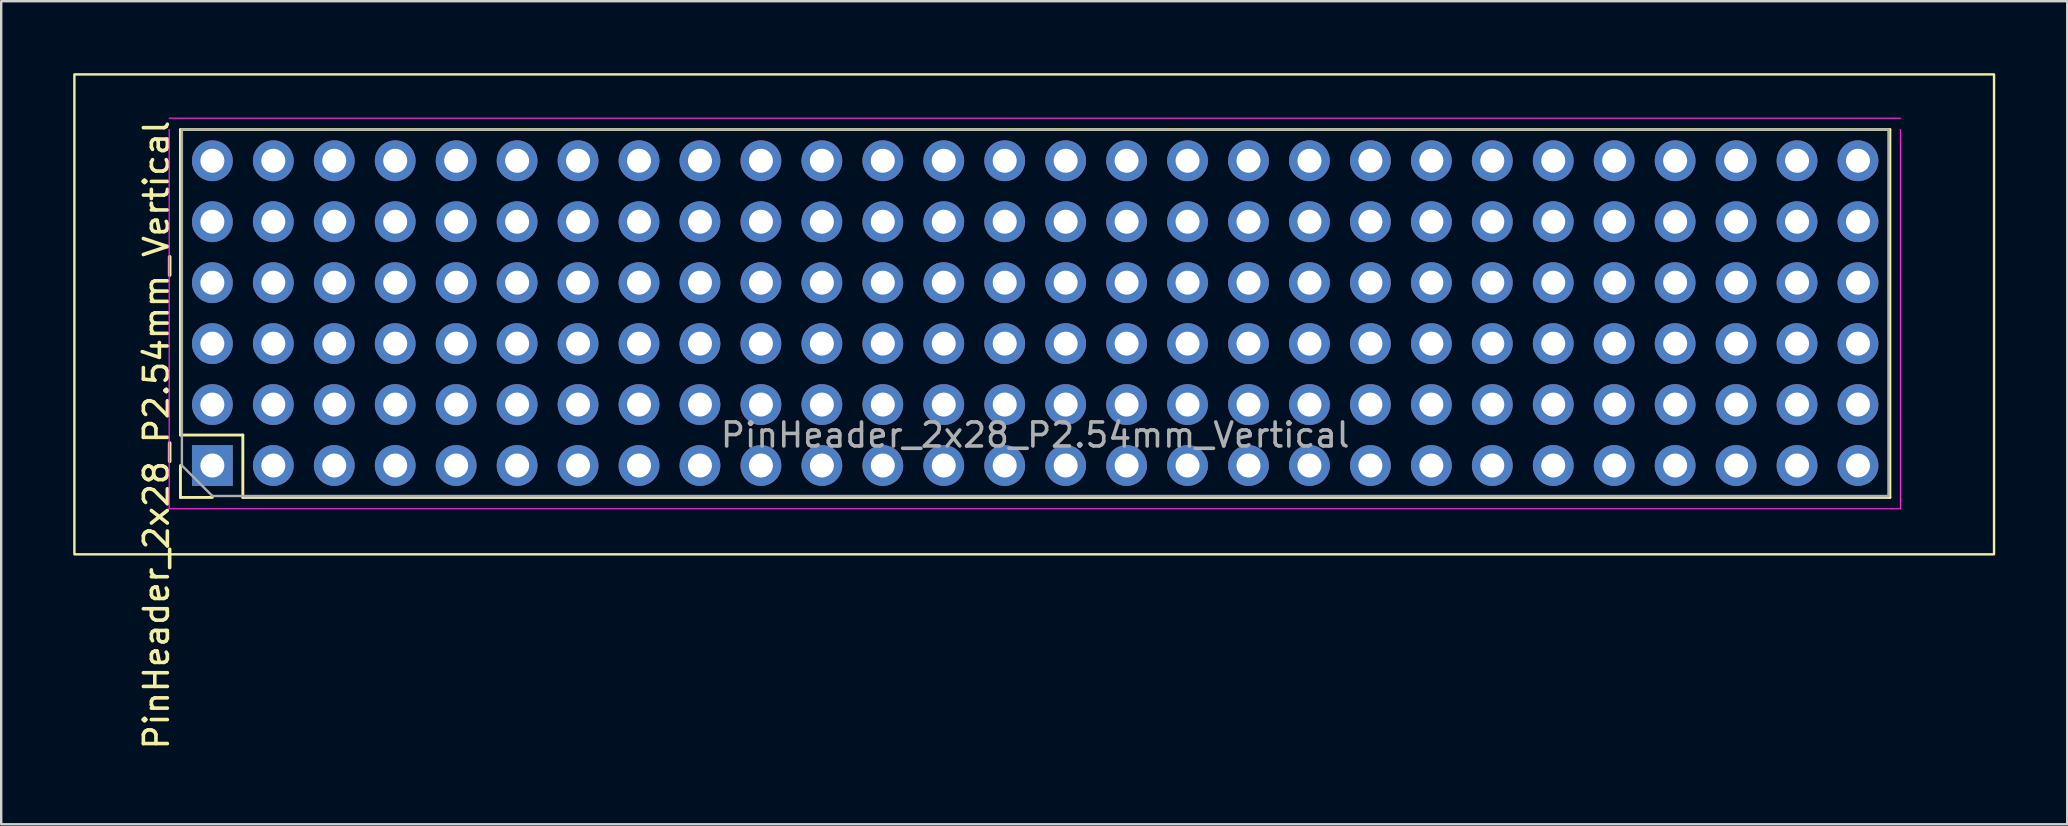
<source format=kicad_pcb>
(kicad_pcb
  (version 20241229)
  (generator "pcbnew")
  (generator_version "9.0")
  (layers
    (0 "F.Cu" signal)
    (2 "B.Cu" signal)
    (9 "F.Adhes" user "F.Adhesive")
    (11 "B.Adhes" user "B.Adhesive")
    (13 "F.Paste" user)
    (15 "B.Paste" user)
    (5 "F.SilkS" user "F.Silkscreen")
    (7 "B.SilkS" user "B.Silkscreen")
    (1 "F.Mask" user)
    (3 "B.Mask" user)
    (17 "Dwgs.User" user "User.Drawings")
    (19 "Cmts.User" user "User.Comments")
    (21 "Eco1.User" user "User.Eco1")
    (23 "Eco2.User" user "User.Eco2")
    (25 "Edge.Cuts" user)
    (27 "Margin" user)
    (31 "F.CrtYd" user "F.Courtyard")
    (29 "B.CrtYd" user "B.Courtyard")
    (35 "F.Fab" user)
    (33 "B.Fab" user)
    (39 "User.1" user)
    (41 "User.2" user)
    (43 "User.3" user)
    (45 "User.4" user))
  (footprint "PinHeader_2x28_P2.54mm_Vertical"
    (layer "F.Cu")
    (at 40.155 15.065)
    (property "Reference" "PinHeader_2x28_P2.54mm_Vertical" (at -36.685 0.015 90) (layer "F.SilkS") (effects (font (size 1 1) (thickness 0.15))))
    (attr through_hole)
    (fp_line (start -35.685 -12.715) (end 35.555 -12.715) (stroke (width 0.12) (type solid)) (layer "F.SilkS"))
    (fp_line (start -35.685 0.015) (end -35.685 -12.715) (stroke (width 0.12) (type solid)) (layer "F.SilkS"))
    (fp_line (start -35.685 2.615) (end -35.685 1.285) (stroke (width 0.12) (type solid)) (layer "F.SilkS"))
    (fp_line (start -34.355 2.615) (end -35.685 2.615) (stroke (width 0.12) (type solid)) (layer "F.SilkS"))
    (fp_line (start -33.085 0.015) (end -35.685 0.015) (stroke (width 0.12) (type solid)) (layer "F.SilkS"))
    (fp_line (start -33.085 2.615) (end -33.085 0.015) (stroke (width 0.12) (type solid)) (layer "F.SilkS"))
    (fp_line (start -33.085 2.615) (end 35.555 2.615) (stroke (width 0.12) (type solid)) (layer "F.SilkS"))
    (fp_line (start 35.555 2.615) (end 35.555 -12.715) (stroke (width 0.12) (type solid)) (layer "F.SilkS"))
    (fp_rect (start -40.105 -15.015) (end 39.895 4.985) (stroke (width 0.1) (type default)) (fill no) (layer "F.SilkS"))
    (fp_line (start -36.155 -12.715) (end -36.155 3.085) (stroke (width 0.05) (type solid)) (layer "F.CrtYd"))
    (fp_line (start -36.155 3.085) (end 35.995 3.085) (stroke (width 0.05) (type solid)) (layer "F.CrtYd"))
    (fp_line (start 35.995 -13.19) (end -36.155 -13.19) (stroke (width 0.05) (type solid)) (layer "F.CrtYd"))
    (fp_line (start 35.995 3.085) (end 35.995 -12.715) (stroke (width 0.05) (type solid)) (layer "F.CrtYd"))
    (fp_line (start -35.625 -12.715) (end 35.495 -12.715) (stroke (width 0.1) (type solid)) (layer "F.Fab"))
    (fp_line (start -35.625 1.285) (end -35.625 -12.715) (stroke (width 0.1) (type solid)) (layer "F.Fab"))
    (fp_line (start -34.355 2.555) (end -35.625 1.285) (stroke (width 0.1) (type solid)) (layer "F.Fab"))
    (fp_line (start 35.495 -12.715) (end 35.495 2.555) (stroke (width 0.1) (type solid)) (layer "F.Fab"))
    (fp_line (start 35.495 2.555) (end -34.355 2.555) (stroke (width 0.1) (type solid)) (layer "F.Fab"))
    (fp_text user "${REFERENCE}" (at -0.065 0.015 180) (layer "F.Fab") (effects (font (size 1 1) (thickness 0.15))))
    (pad "1" thru_hole rect (at -34.355 1.285 90) (size 1.7 1.7) (drill 1) (layers "*.Cu" "*.Mask"))
    (pad "2" thru_hole oval (at -34.355 -1.255 90) (size 1.7 1.7) (drill 1) (layers "*.Cu" "*.Mask"))
    (pad "3" thru_hole oval (at -34.355 -3.795 90) (size 1.7 1.7) (drill 1) (layers "*.Cu" "*.Mask"))
    (pad "4" thru_hole oval (at -34.355 -6.335 90) (size 1.7 1.7) (drill 1) (layers "*.Cu" "*.Mask"))
    (pad "5" thru_hole oval (at -34.355 -8.875 90) (size 1.7 1.7) (drill 1) (layers "*.Cu" "*.Mask"))
    (pad "6" thru_hole oval (at -34.355 -11.415 90) (size 1.7 1.7) (drill 1) (layers "*.Cu" "*.Mask"))
    (pad "7" thru_hole oval (at -31.815 1.285 90) (size 1.7 1.7) (drill 1) (layers "*.Cu" "*.Mask"))
    (pad "8" thru_hole oval (at -31.815 -1.255 90) (size 1.7 1.7) (drill 1) (layers "*.Cu" "*.Mask"))
    (pad "9" thru_hole oval (at -31.815 -3.795 90) (size 1.7 1.7) (drill 1) (layers "*.Cu" "*.Mask"))
    (pad "10" thru_hole oval (at -31.815 -6.335 90) (size 1.7 1.7) (drill 1) (layers "*.Cu" "*.Mask"))
    (pad "11" thru_hole oval (at -31.815 -8.875 90) (size 1.7 1.7) (drill 1) (layers "*.Cu" "*.Mask"))
    (pad "12" thru_hole oval (at -31.815 -11.415 90) (size 1.7 1.7) (drill 1) (layers "*.Cu" "*.Mask"))
    (pad "13" thru_hole oval (at -29.275 1.285 90) (size 1.7 1.7) (drill 1) (layers "*.Cu" "*.Mask"))
    (pad "14" thru_hole oval (at -29.275 -1.255 90) (size 1.7 1.7) (drill 1) (layers "*.Cu" "*.Mask"))
    (pad "15" thru_hole oval (at -29.275 -3.795 90) (size 1.7 1.7) (drill 1) (layers "*.Cu" "*.Mask"))
    (pad "16" thru_hole oval (at -29.275 -6.335 90) (size 1.7 1.7) (drill 1) (layers "*.Cu" "*.Mask"))
    (pad "17" thru_hole oval (at -29.275 -8.875 90) (size 1.7 1.7) (drill 1) (layers "*.Cu" "*.Mask"))
    (pad "18" thru_hole oval (at -29.275 -11.415 90) (size 1.7 1.7) (drill 1) (layers "*.Cu" "*.Mask"))
    (pad "19" thru_hole oval (at -26.735 1.285 90) (size 1.7 1.7) (drill 1) (layers "*.Cu" "*.Mask"))
    (pad "20" thru_hole oval (at -26.735 -1.255 90) (size 1.7 1.7) (drill 1) (layers "*.Cu" "*.Mask"))
    (pad "21" thru_hole oval (at -26.735 -3.795 90) (size 1.7 1.7) (drill 1) (layers "*.Cu" "*.Mask"))
    (pad "22" thru_hole oval (at -26.735 -6.335 90) (size 1.7 1.7) (drill 1) (layers "*.Cu" "*.Mask"))
    (pad "23" thru_hole oval (at -26.735 -8.875 90) (size 1.7 1.7) (drill 1) (layers "*.Cu" "*.Mask"))
    (pad "24" thru_hole oval (at -26.735 -11.415 90) (size 1.7 1.7) (drill 1) (layers "*.Cu" "*.Mask"))
    (pad "25" thru_hole oval (at -24.195 1.285 90) (size 1.7 1.7) (drill 1) (layers "*.Cu" "*.Mask"))
    (pad "26" thru_hole oval (at -24.195 -1.255 90) (size 1.7 1.7) (drill 1) (layers "*.Cu" "*.Mask"))
    (pad "27" thru_hole oval (at -24.195 -3.795 90) (size 1.7 1.7) (drill 1) (layers "*.Cu" "*.Mask"))
    (pad "28" thru_hole oval (at -24.195 -6.335 90) (size 1.7 1.7) (drill 1) (layers "*.Cu" "*.Mask"))
    (pad "29" thru_hole oval (at -24.195 -8.875 90) (size 1.7 1.7) (drill 1) (layers "*.Cu" "*.Mask"))
    (pad "30" thru_hole oval (at -24.195 -11.415 90) (size 1.7 1.7) (drill 1) (layers "*.Cu" "*.Mask"))
    (pad "31" thru_hole oval (at -21.655 1.285 90) (size 1.7 1.7) (drill 1) (layers "*.Cu" "*.Mask"))
    (pad "32" thru_hole oval (at -21.655 -1.255 90) (size 1.7 1.7) (drill 1) (layers "*.Cu" "*.Mask"))
    (pad "33" thru_hole oval (at -21.655 -3.795 90) (size 1.7 1.7) (drill 1) (layers "*.Cu" "*.Mask"))
    (pad "34" thru_hole oval (at -21.655 -6.335 90) (size 1.7 1.7) (drill 1) (layers "*.Cu" "*.Mask"))
    (pad "35" thru_hole oval (at -21.655 -8.875 90) (size 1.7 1.7) (drill 1) (layers "*.Cu" "*.Mask"))
    (pad "36" thru_hole oval (at -21.655 -11.415 90) (size 1.7 1.7) (drill 1) (layers "*.Cu" "*.Mask"))
    (pad "37" thru_hole oval (at -19.115 1.285 90) (size 1.7 1.7) (drill 1) (layers "*.Cu" "*.Mask"))
    (pad "38" thru_hole oval (at -19.115 -1.255 90) (size 1.7 1.7) (drill 1) (layers "*.Cu" "*.Mask"))
    (pad "39" thru_hole oval (at -19.115 -3.795 90) (size 1.7 1.7) (drill 1) (layers "*.Cu" "*.Mask"))
    (pad "40" thru_hole oval (at -19.115 -6.335 90) (size 1.7 1.7) (drill 1) (layers "*.Cu" "*.Mask"))
    (pad "41" thru_hole oval (at -19.115 -8.875 90) (size 1.7 1.7) (drill 1) (layers "*.Cu" "*.Mask"))
    (pad "42" thru_hole oval (at -19.115 -11.415 90) (size 1.7 1.7) (drill 1) (layers "*.Cu" "*.Mask"))
    (pad "43" thru_hole oval (at -16.575 1.285 90) (size 1.7 1.7) (drill 1) (layers "*.Cu" "*.Mask"))
    (pad "44" thru_hole oval (at -16.575 -1.255 90) (size 1.7 1.7) (drill 1) (layers "*.Cu" "*.Mask"))
    (pad "45" thru_hole oval (at -16.575 -3.795 90) (size 1.7 1.7) (drill 1) (layers "*.Cu" "*.Mask"))
    (pad "46" thru_hole oval (at -16.575 -6.335 90) (size 1.7 1.7) (drill 1) (layers "*.Cu" "*.Mask"))
    (pad "47" thru_hole oval (at -16.575 -8.875 90) (size 1.7 1.7) (drill 1) (layers "*.Cu" "*.Mask"))
    (pad "48" thru_hole oval (at -16.575 -11.415 90) (size 1.7 1.7) (drill 1) (layers "*.Cu" "*.Mask"))
    (pad "49" thru_hole oval (at -14.035 1.285 90) (size 1.7 1.7) (drill 1) (layers "*.Cu" "*.Mask"))
    (pad "50" thru_hole oval (at -14.035 -1.255 90) (size 1.7 1.7) (drill 1) (layers "*.Cu" "*.Mask"))
    (pad "51" thru_hole oval (at -14.035 -3.795 90) (size 1.7 1.7) (drill 1) (layers "*.Cu" "*.Mask"))
    (pad "52" thru_hole oval (at -14.035 -6.335 90) (size 1.7 1.7) (drill 1) (layers "*.Cu" "*.Mask"))
    (pad "53" thru_hole oval (at -14.035 -8.875 90) (size 1.7 1.7) (drill 1) (layers "*.Cu" "*.Mask"))
    (pad "54" thru_hole oval (at -14.035 -11.415 90) (size 1.7 1.7) (drill 1) (layers "*.Cu" "*.Mask"))
    (pad "55" thru_hole oval (at -11.495 1.285 90) (size 1.7 1.7) (drill 1) (layers "*.Cu" "*.Mask"))
    (pad "56" thru_hole oval (at -11.495 -1.255 90) (size 1.7 1.7) (drill 1) (layers "*.Cu" "*.Mask"))
    (pad "57" thru_hole oval (at -11.495 -3.795 90) (size 1.7 1.7) (drill 1) (layers "*.Cu" "*.Mask"))
    (pad "58" thru_hole oval (at -11.495 -6.335 90) (size 1.7 1.7) (drill 1) (layers "*.Cu" "*.Mask"))
    (pad "59" thru_hole oval (at -11.495 -8.875 90) (size 1.7 1.7) (drill 1) (layers "*.Cu" "*.Mask"))
    (pad "60" thru_hole oval (at -11.495 -11.415 90) (size 1.7 1.7) (drill 1) (layers "*.Cu" "*.Mask"))
    (pad "61" thru_hole oval (at -8.955 1.285 90) (size 1.7 1.7) (drill 1) (layers "*.Cu" "*.Mask"))
    (pad "62" thru_hole oval (at -8.955 -1.255 90) (size 1.7 1.7) (drill 1) (layers "*.Cu" "*.Mask"))
    (pad "63" thru_hole oval (at -8.955 -3.795 90) (size 1.7 1.7) (drill 1) (layers "*.Cu" "*.Mask"))
    (pad "64" thru_hole oval (at -8.955 -6.335 90) (size 1.7 1.7) (drill 1) (layers "*.Cu" "*.Mask"))
    (pad "65" thru_hole oval (at -8.955 -8.875 90) (size 1.7 1.7) (drill 1) (layers "*.Cu" "*.Mask"))
    (pad "66" thru_hole oval (at -8.955 -11.415 90) (size 1.7 1.7) (drill 1) (layers "*.Cu" "*.Mask"))
    (pad "67" thru_hole oval (at -6.415 1.285 90) (size 1.7 1.7) (drill 1) (layers "*.Cu" "*.Mask"))
    (pad "68" thru_hole oval (at -6.415 -1.255 90) (size 1.7 1.7) (drill 1) (layers "*.Cu" "*.Mask"))
    (pad "69" thru_hole oval (at -6.415 -3.795 90) (size 1.7 1.7) (drill 1) (layers "*.Cu" "*.Mask"))
    (pad "70" thru_hole oval (at -6.415 -6.335 90) (size 1.7 1.7) (drill 1) (layers "*.Cu" "*.Mask"))
    (pad "71" thru_hole oval (at -6.415 -8.875 90) (size 1.7 1.7) (drill 1) (layers "*.Cu" "*.Mask"))
    (pad "72" thru_hole oval (at -6.415 -11.415 90) (size 1.7 1.7) (drill 1) (layers "*.Cu" "*.Mask"))
    (pad "73" thru_hole oval (at -3.875 1.285 90) (size 1.7 1.7) (drill 1) (layers "*.Cu" "*.Mask"))
    (pad "74" thru_hole oval (at -3.875 -1.255 90) (size 1.7 1.7) (drill 1) (layers "*.Cu" "*.Mask"))
    (pad "75" thru_hole oval (at -3.875 -3.795 90) (size 1.7 1.7) (drill 1) (layers "*.Cu" "*.Mask"))
    (pad "76" thru_hole oval (at -3.875 -6.335 90) (size 1.7 1.7) (drill 1) (layers "*.Cu" "*.Mask"))
    (pad "77" thru_hole oval (at -3.875 -8.875 90) (size 1.7 1.7) (drill 1) (layers "*.Cu" "*.Mask"))
    (pad "78" thru_hole oval (at -3.875 -11.415 90) (size 1.7 1.7) (drill 1) (layers "*.Cu" "*.Mask"))
    (pad "79" thru_hole oval (at -1.335 1.285 90) (size 1.7 1.7) (drill 1) (layers "*.Cu" "*.Mask"))
    (pad "80" thru_hole oval (at -1.335 -1.255 90) (size 1.7 1.7) (drill 1) (layers "*.Cu" "*.Mask"))
    (pad "81" thru_hole oval (at -1.335 -3.795 90) (size 1.7 1.7) (drill 1) (layers "*.Cu" "*.Mask"))
    (pad "82" thru_hole oval (at -1.335 -6.335 90) (size 1.7 1.7) (drill 1) (layers "*.Cu" "*.Mask"))
    (pad "83" thru_hole oval (at -1.335 -8.875 90) (size 1.7 1.7) (drill 1) (layers "*.Cu" "*.Mask"))
    (pad "84" thru_hole oval (at -1.335 -11.415 90) (size 1.7 1.7) (drill 1) (layers "*.Cu" "*.Mask"))
    (pad "85" thru_hole oval (at 1.205 1.285 90) (size 1.7 1.7) (drill 1) (layers "*.Cu" "*.Mask"))
    (pad "86" thru_hole oval (at 1.205 -1.255 90) (size 1.7 1.7) (drill 1) (layers "*.Cu" "*.Mask"))
    (pad "87" thru_hole oval (at 1.205 -3.795 90) (size 1.7 1.7) (drill 1) (layers "*.Cu" "*.Mask"))
    (pad "88" thru_hole oval (at 1.205 -6.335 90) (size 1.7 1.7) (drill 1) (layers "*.Cu" "*.Mask"))
    (pad "89" thru_hole oval (at 1.205 -8.875 90) (size 1.7 1.7) (drill 1) (layers "*.Cu" "*.Mask"))
    (pad "90" thru_hole oval (at 1.205 -11.415 90) (size 1.7 1.7) (drill 1) (layers "*.Cu" "*.Mask"))
    (pad "91" thru_hole oval (at 3.745 1.285 90) (size 1.7 1.7) (drill 1) (layers "*.Cu" "*.Mask"))
    (pad "92" thru_hole oval (at 3.745 -1.255 90) (size 1.7 1.7) (drill 1) (layers "*.Cu" "*.Mask"))
    (pad "93" thru_hole oval (at 3.745 -3.795 90) (size 1.7 1.7) (drill 1) (layers "*.Cu" "*.Mask"))
    (pad "94" thru_hole oval (at 3.745 -6.335 90) (size 1.7 1.7) (drill 1) (layers "*.Cu" "*.Mask"))
    (pad "95" thru_hole oval (at 3.745 -8.875 90) (size 1.7 1.7) (drill 1) (layers "*.Cu" "*.Mask"))
    (pad "96" thru_hole oval (at 3.745 -11.415 90) (size 1.7 1.7) (drill 1) (layers "*.Cu" "*.Mask"))
    (pad "97" thru_hole oval (at 6.285 1.285 90) (size 1.7 1.7) (drill 1) (layers "*.Cu" "*.Mask"))
    (pad "98" thru_hole oval (at 6.285 -1.255 90) (size 1.7 1.7) (drill 1) (layers "*.Cu" "*.Mask"))
    (pad "99" thru_hole oval (at 6.285 -3.795 90) (size 1.7 1.7) (drill 1) (layers "*.Cu" "*.Mask"))
    (pad "100" thru_hole oval (at 6.285 -6.335 90) (size 1.7 1.7) (drill 1) (layers "*.Cu" "*.Mask"))
    (pad "101" thru_hole oval (at 6.285 -8.875 90) (size 1.7 1.7) (drill 1) (layers "*.Cu" "*.Mask"))
    (pad "102" thru_hole oval (at 6.285 -11.415 90) (size 1.7 1.7) (drill 1) (layers "*.Cu" "*.Mask"))
    (pad "103" thru_hole oval (at 8.825 1.285 90) (size 1.7 1.7) (drill 1) (layers "*.Cu" "*.Mask"))
    (pad "104" thru_hole oval (at 8.825 -1.255 90) (size 1.7 1.7) (drill 1) (layers "*.Cu" "*.Mask"))
    (pad "105" thru_hole oval (at 8.825 -3.795 90) (size 1.7 1.7) (drill 1) (layers "*.Cu" "*.Mask"))
    (pad "106" thru_hole oval (at 8.825 -6.335 90) (size 1.7 1.7) (drill 1) (layers "*.Cu" "*.Mask"))
    (pad "107" thru_hole oval (at 8.825 -8.875 90) (size 1.7 1.7) (drill 1) (layers "*.Cu" "*.Mask"))
    (pad "108" thru_hole oval (at 8.825 -11.415 90) (size 1.7 1.7) (drill 1) (layers "*.Cu" "*.Mask"))
    (pad "109" thru_hole oval (at 11.365 1.285 90) (size 1.7 1.7) (drill 1) (layers "*.Cu" "*.Mask"))
    (pad "110" thru_hole oval (at 11.365 -1.255 90) (size 1.7 1.7) (drill 1) (layers "*.Cu" "*.Mask"))
    (pad "111" thru_hole oval (at 11.365 -3.795 90) (size 1.7 1.7) (drill 1) (layers "*.Cu" "*.Mask"))
    (pad "112" thru_hole oval (at 11.365 -6.335 90) (size 1.7 1.7) (drill 1) (layers "*.Cu" "*.Mask"))
    (pad "113" thru_hole oval (at 11.365 -8.875 90) (size 1.7 1.7) (drill 1) (layers "*.Cu" "*.Mask"))
    (pad "114" thru_hole oval (at 11.365 -11.415 90) (size 1.7 1.7) (drill 1) (layers "*.Cu" "*.Mask"))
    (pad "115" thru_hole oval (at 13.905 1.285 90) (size 1.7 1.7) (drill 1) (layers "*.Cu" "*.Mask"))
    (pad "116" thru_hole oval (at 13.905 -1.255 90) (size 1.7 1.7) (drill 1) (layers "*.Cu" "*.Mask"))
    (pad "117" thru_hole oval (at 13.905 -3.795 90) (size 1.7 1.7) (drill 1) (layers "*.Cu" "*.Mask"))
    (pad "118" thru_hole oval (at 13.905 -6.335 90) (size 1.7 1.7) (drill 1) (layers "*.Cu" "*.Mask"))
    (pad "119" thru_hole oval (at 13.905 -8.875 90) (size 1.7 1.7) (drill 1) (layers "*.Cu" "*.Mask"))
    (pad "120" thru_hole oval (at 13.905 -11.415 90) (size 1.7 1.7) (drill 1) (layers "*.Cu" "*.Mask"))
    (pad "121" thru_hole oval (at 16.445 1.285 90) (size 1.7 1.7) (drill 1) (layers "*.Cu" "*.Mask"))
    (pad "122" thru_hole oval (at 16.445 -1.255 90) (size 1.7 1.7) (drill 1) (layers "*.Cu" "*.Mask"))
    (pad "123" thru_hole oval (at 16.445 -3.795 90) (size 1.7 1.7) (drill 1) (layers "*.Cu" "*.Mask"))
    (pad "124" thru_hole oval (at 16.445 -6.335 90) (size 1.7 1.7) (drill 1) (layers "*.Cu" "*.Mask"))
    (pad "125" thru_hole oval (at 16.445 -8.875 90) (size 1.7 1.7) (drill 1) (layers "*.Cu" "*.Mask"))
    (pad "126" thru_hole oval (at 16.445 -11.415 90) (size 1.7 1.7) (drill 1) (layers "*.Cu" "*.Mask"))
    (pad "127" thru_hole oval (at 18.985 1.285 90) (size 1.7 1.7) (drill 1) (layers "*.Cu" "*.Mask"))
    (pad "128" thru_hole oval (at 18.985 -1.255 90) (size 1.7 1.7) (drill 1) (layers "*.Cu" "*.Mask"))
    (pad "129" thru_hole oval (at 18.985 -3.795 90) (size 1.7 1.7) (drill 1) (layers "*.Cu" "*.Mask"))
    (pad "130" thru_hole oval (at 18.985 -6.335 90) (size 1.7 1.7) (drill 1) (layers "*.Cu" "*.Mask"))
    (pad "131" thru_hole oval (at 18.985 -8.875 90) (size 1.7 1.7) (drill 1) (layers "*.Cu" "*.Mask"))
    (pad "132" thru_hole oval (at 18.985 -11.415 90) (size 1.7 1.7) (drill 1) (layers "*.Cu" "*.Mask"))
    (pad "133" thru_hole oval (at 21.525 1.285 90) (size 1.7 1.7) (drill 1) (layers "*.Cu" "*.Mask"))
    (pad "134" thru_hole oval (at 21.525 -1.255 90) (size 1.7 1.7) (drill 1) (layers "*.Cu" "*.Mask"))
    (pad "135" thru_hole oval (at 21.525 -3.795 90) (size 1.7 1.7) (drill 1) (layers "*.Cu" "*.Mask"))
    (pad "136" thru_hole oval (at 21.525 -6.335 90) (size 1.7 1.7) (drill 1) (layers "*.Cu" "*.Mask"))
    (pad "137" thru_hole oval (at 21.525 -8.875 90) (size 1.7 1.7) (drill 1) (layers "*.Cu" "*.Mask"))
    (pad "138" thru_hole oval (at 21.525 -11.415 90) (size 1.7 1.7) (drill 1) (layers "*.Cu" "*.Mask"))
    (pad "139" thru_hole oval (at 24.065 1.285 90) (size 1.7 1.7) (drill 1) (layers "*.Cu" "*.Mask"))
    (pad "140" thru_hole oval (at 24.065 -1.255 90) (size 1.7 1.7) (drill 1) (layers "*.Cu" "*.Mask"))
    (pad "141" thru_hole oval (at 24.065 -3.795 90) (size 1.7 1.7) (drill 1) (layers "*.Cu" "*.Mask"))
    (pad "142" thru_hole oval (at 24.065 -6.335 90) (size 1.7 1.7) (drill 1) (layers "*.Cu" "*.Mask"))
    (pad "143" thru_hole oval (at 24.065 -8.875 90) (size 1.7 1.7) (drill 1) (layers "*.Cu" "*.Mask"))
    (pad "144" thru_hole oval (at 24.065 -11.415 90) (size 1.7 1.7) (drill 1) (layers "*.Cu" "*.Mask"))
    (pad "145" thru_hole oval (at 26.605 1.285 90) (size 1.7 1.7) (drill 1) (layers "*.Cu" "*.Mask"))
    (pad "146" thru_hole oval (at 26.605 -1.255 90) (size 1.7 1.7) (drill 1) (layers "*.Cu" "*.Mask"))
    (pad "147" thru_hole oval (at 26.605 -3.795 90) (size 1.7 1.7) (drill 1) (layers "*.Cu" "*.Mask"))
    (pad "148" thru_hole oval (at 26.605 -6.335 90) (size 1.7 1.7) (drill 1) (layers "*.Cu" "*.Mask"))
    (pad "149" thru_hole oval (at 26.605 -8.875 90) (size 1.7 1.7) (drill 1) (layers "*.Cu" "*.Mask"))
    (pad "150" thru_hole oval (at 26.605 -11.415 90) (size 1.7 1.7) (drill 1) (layers "*.Cu" "*.Mask"))
    (pad "151" thru_hole oval (at 29.145 1.285 90) (size 1.7 1.7) (drill 1) (layers "*.Cu" "*.Mask"))
    (pad "152" thru_hole oval (at 29.145 -1.255 90) (size 1.7 1.7) (drill 1) (layers "*.Cu" "*.Mask"))
    (pad "153" thru_hole oval (at 29.145 -3.795 90) (size 1.7 1.7) (drill 1) (layers "*.Cu" "*.Mask"))
    (pad "154" thru_hole oval (at 29.145 -6.335 90) (size 1.7 1.7) (drill 1) (layers "*.Cu" "*.Mask"))
    (pad "155" thru_hole oval (at 29.145 -8.875 90) (size 1.7 1.7) (drill 1) (layers "*.Cu" "*.Mask"))
    (pad "156" thru_hole oval (at 29.145 -11.415 90) (size 1.7 1.7) (drill 1) (layers "*.Cu" "*.Mask"))
    (pad "157" thru_hole oval (at 31.685 1.285 90) (size 1.7 1.7) (drill 1) (layers "*.Cu" "*.Mask"))
    (pad "158" thru_hole oval (at 31.685 -1.255 90) (size 1.7 1.7) (drill 1) (layers "*.Cu" "*.Mask"))
    (pad "159" thru_hole oval (at 31.685 -3.795 90) (size 1.7 1.7) (drill 1) (layers "*.Cu" "*.Mask"))
    (pad "160" thru_hole oval (at 31.685 -6.335 90) (size 1.7 1.7) (drill 1) (layers "*.Cu" "*.Mask"))
    (pad "161" thru_hole oval (at 31.685 -8.875 90) (size 1.7 1.7) (drill 1) (layers "*.Cu" "*.Mask"))
    (pad "162" thru_hole oval (at 31.685 -11.415 90) (size 1.7 1.7) (drill 1) (layers "*.Cu" "*.Mask"))
    (pad "163" thru_hole oval (at 34.225 1.285 90) (size 1.7 1.7) (drill 1) (layers "*.Cu" "*.Mask"))
    (pad "164" thru_hole oval (at 34.225 -1.255 90) (size 1.7 1.7) (drill 1) (layers "*.Cu" "*.Mask"))
    (pad "165" thru_hole oval (at 34.225 -3.795 90) (size 1.7 1.7) (drill 1) (layers "*.Cu" "*.Mask"))
    (pad "166" thru_hole oval (at 34.225 -6.335 90) (size 1.7 1.7) (drill 1) (layers "*.Cu" "*.Mask"))
    (pad "167" thru_hole oval (at 34.225 -8.875 90) (size 1.7 1.7) (drill 1) (layers "*.Cu" "*.Mask"))
    (pad "168" thru_hole oval (at 34.225 -11.415 90) (size 1.7 1.7) (drill 1) (layers "*.Cu" "*.Mask")))
  (gr_rect
    (start -3 -3)
    (end 83.1 31.3)
    (stroke (width 0.1) (type default))
    (fill no)
    (layer "Edge.Cuts")))
</source>
